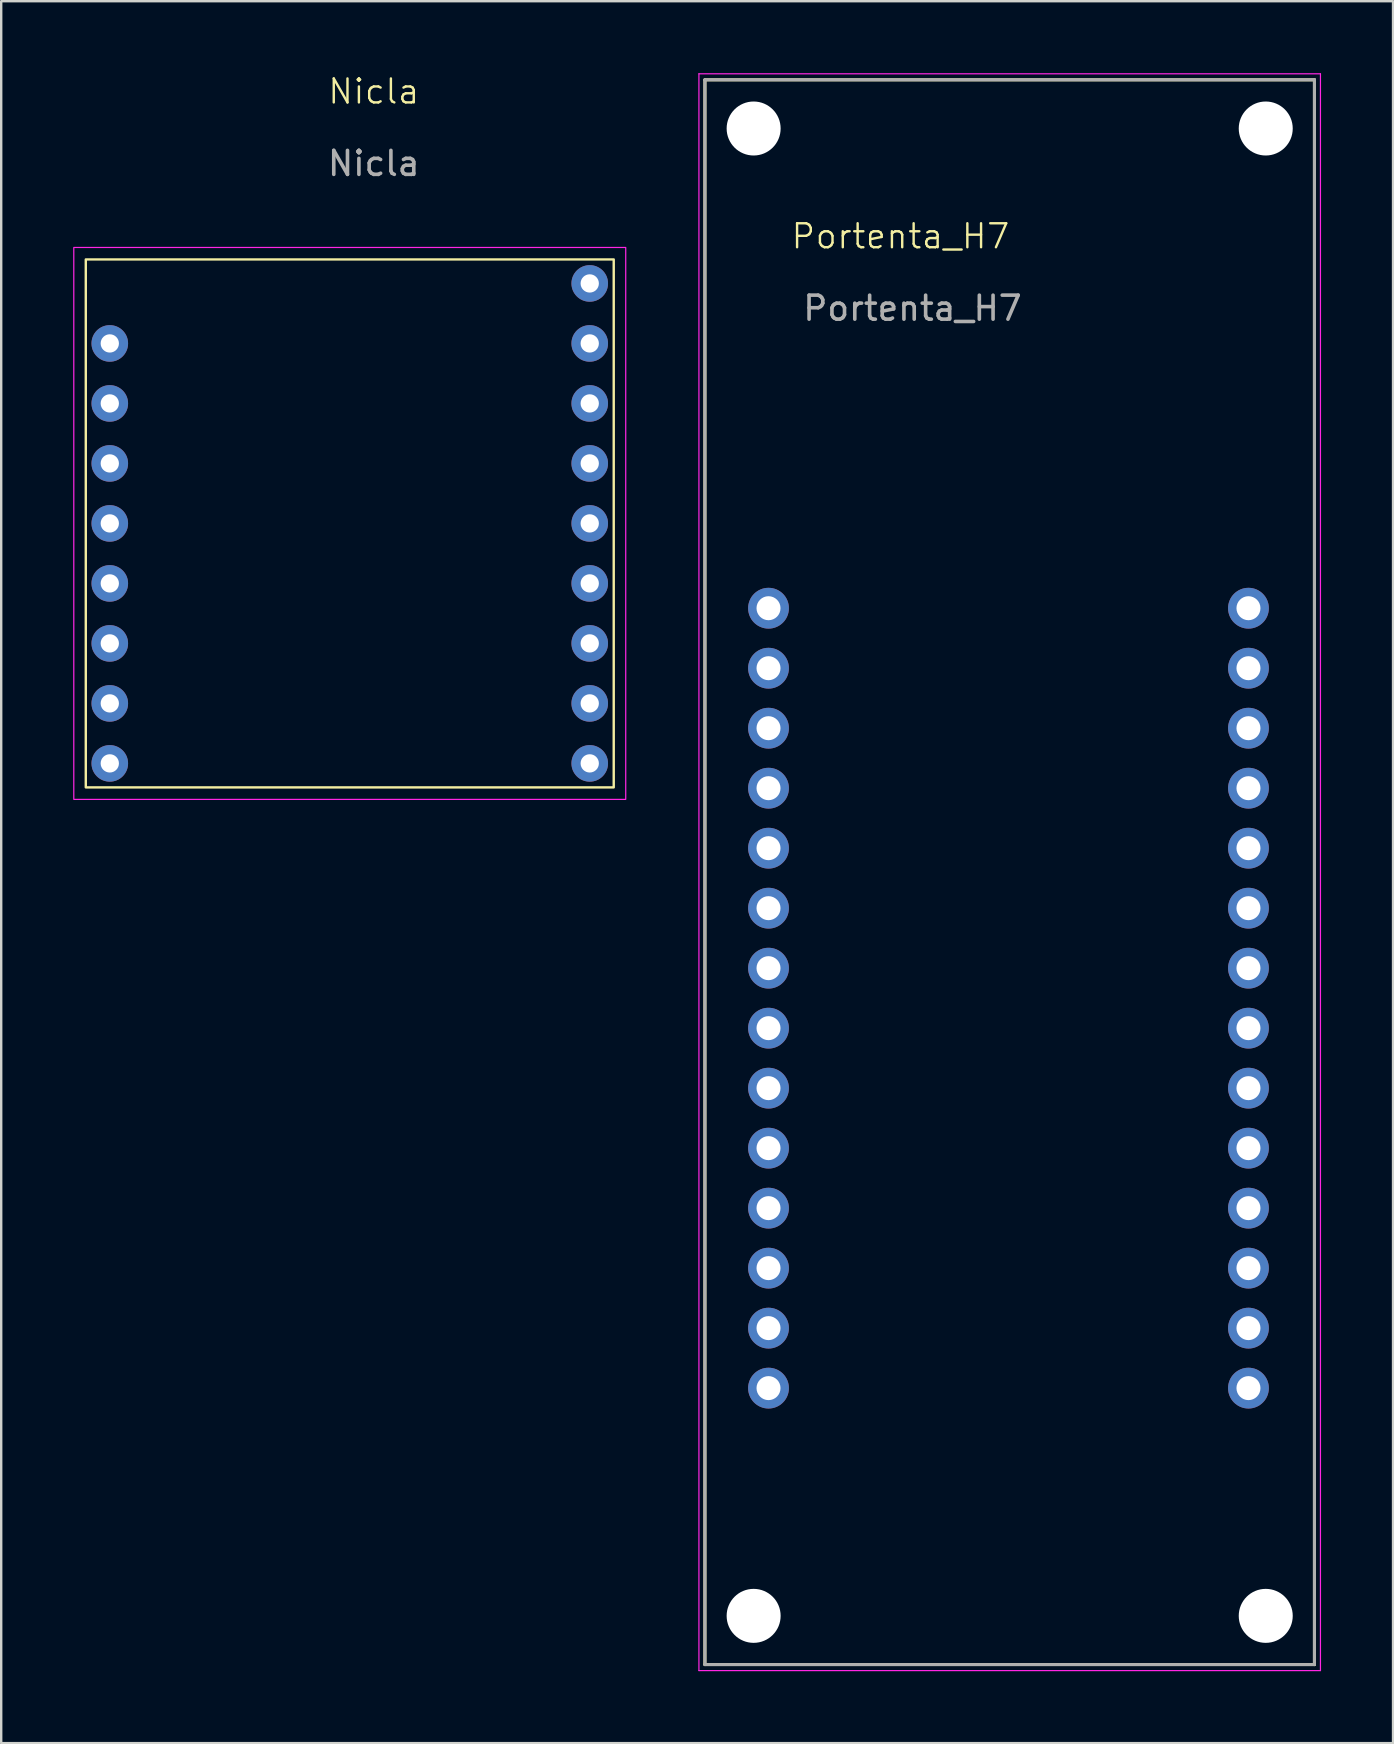
<source format=kicad_pcb>
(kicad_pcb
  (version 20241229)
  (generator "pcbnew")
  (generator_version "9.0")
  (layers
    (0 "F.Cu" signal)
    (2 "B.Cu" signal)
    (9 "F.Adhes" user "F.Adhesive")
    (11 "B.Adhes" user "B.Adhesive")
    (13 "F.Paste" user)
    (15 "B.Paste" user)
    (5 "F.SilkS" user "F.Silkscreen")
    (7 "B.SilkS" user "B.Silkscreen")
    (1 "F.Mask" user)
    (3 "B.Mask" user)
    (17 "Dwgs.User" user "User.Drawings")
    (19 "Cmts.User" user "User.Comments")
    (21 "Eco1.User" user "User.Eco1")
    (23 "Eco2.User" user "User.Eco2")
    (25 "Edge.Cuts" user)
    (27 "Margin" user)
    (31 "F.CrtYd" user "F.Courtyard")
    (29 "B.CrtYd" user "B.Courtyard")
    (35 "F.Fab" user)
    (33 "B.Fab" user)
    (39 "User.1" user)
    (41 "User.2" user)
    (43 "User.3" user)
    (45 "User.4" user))
  (footprint "Nicla"
    (layer "F.Cu")
    (at 1.525 8.761)
    (property "Reference" "Nicla" (at 11 -8 0) (unlocked yes) (layer "F.SilkS") (effects (font (size 1 1) (thickness 0.1))))
    (attr through_hole)
    (fp_rect (start -1 -1) (end 21 21) (stroke (width 0.1) (type default)) (fill no) (layer "F.SilkS"))
    (fp_rect (start -1.5 -1.5) (end 21.5 21.5) (stroke (width 0.05) (type default)) (fill no) (layer "F.CrtYd"))
    (fp_text user "${REFERENCE}" (at 11 -5 0) (unlocked yes) (layer "F.Fab") (effects (font (size 1 1) (thickness 0.15))))
    (pad "1" thru_hole circle (at 20 20 180) (size 1.524 1.524) (drill 0.762) (layers "*.Cu" "*.Mask"))
    (pad "2" thru_hole circle (at 20 17.5 180) (size 1.524 1.524) (drill 0.762) (layers "*.Cu" "*.Mask"))
    (pad "3" thru_hole circle (at 20 15 180) (size 1.524 1.524) (drill 0.762) (layers "*.Cu" "*.Mask"))
    (pad "4" thru_hole circle (at 20 12.5 180) (size 1.524 1.524) (drill 0.762) (layers "*.Cu" "*.Mask"))
    (pad "5" thru_hole circle (at 20 10 180) (size 1.524 1.524) (drill 0.762) (layers "*.Cu" "*.Mask"))
    (pad "6" thru_hole circle (at 20 7.5 180) (size 1.524 1.524) (drill 0.762) (layers "*.Cu" "*.Mask"))
    (pad "7" thru_hole circle (at 20 5 180) (size 1.524 1.524) (drill 0.762) (layers "*.Cu" "*.Mask"))
    (pad "8" thru_hole circle (at 20 2.5 180) (size 1.524 1.524) (drill 0.762) (layers "*.Cu" "*.Mask"))
    (pad "9" thru_hole circle (at 20 0 180) (size 1.524 1.524) (drill 0.762) (layers "*.Cu" "*.Mask"))
    (pad "10" thru_hole circle (at 0 20 180) (size 1.524 1.524) (drill 0.762) (layers "*.Cu" "*.Mask"))
    (pad "11" thru_hole circle (at 0 17.5 180) (size 1.524 1.524) (drill 0.762) (layers "*.Cu" "*.Mask"))
    (pad "12" thru_hole circle (at 0 15 180) (size 1.524 1.524) (drill 0.762) (layers "*.Cu" "*.Mask"))
    (pad "13" thru_hole circle (at 0 12.5 180) (size 1.524 1.524) (drill 0.762) (layers "*.Cu" "*.Mask"))
    (pad "14" thru_hole circle (at 0 10 180) (size 1.524 1.524) (drill 0.762) (layers "*.Cu" "*.Mask"))
    (pad "15" thru_hole circle (at 0 7.5 180) (size 1.524 1.524) (drill 0.762) (layers "*.Cu" "*.Mask"))
    (pad "16" thru_hole circle (at 0 5 180) (size 1.524 1.524) (drill 0.762) (layers "*.Cu" "*.Mask"))
    (pad "17" thru_hole circle (at 0 2.5 180) (size 1.524 1.524) (drill 0.762) (layers "*.Cu" "*.Mask")))
  (footprint "Portenta_H7"
    (layer "F.Cu")
    (at 28.975 22.295)
    (property "Reference" "Portenta_H7" (at 5.5 -15.5 0) (unlocked yes) (layer "F.SilkS") (effects (font (size 1 1) (thickness 0.1))))
    (attr through_hole)
    (fp_line (start -2.65 -22.02) (end -2.65 44.02) (stroke (width 0.127) (type solid)) (layer "F.SilkS"))
    (fp_line (start -2.65 44.02) (end 22.75 44.02) (stroke (width 0.127) (type solid)) (layer "F.SilkS"))
    (fp_line (start 22.75 -22.02) (end -2.65 -22.02) (stroke (width 0.127) (type solid)) (layer "F.SilkS"))
    (fp_line (start 22.75 44.02) (end 22.75 -22.02) (stroke (width 0.127) (type solid)) (layer "F.SilkS"))
    (fp_line (start -2.9 -22.27) (end -2.9 44.27) (stroke (width 0.05) (type solid)) (layer "F.CrtYd"))
    (fp_line (start -2.9 44.27) (end 23 44.27) (stroke (width 0.05) (type solid)) (layer "F.CrtYd"))
    (fp_line (start 23 -22.27) (end -2.9 -22.27) (stroke (width 0.05) (type solid)) (layer "F.CrtYd"))
    (fp_line (start 23 44.27) (end 23 -22.27) (stroke (width 0.05) (type solid)) (layer "F.CrtYd"))
    (fp_line (start -2.65 -22.02) (end -2.65 44.02) (stroke (width 0.127) (type solid)) (layer "F.Fab"))
    (fp_line (start -2.65 44.02) (end 22.75 44.02) (stroke (width 0.127) (type solid)) (layer "F.Fab"))
    (fp_line (start 22.75 -22.02) (end -2.65 -22.02) (stroke (width 0.127) (type solid)) (layer "F.Fab"))
    (fp_line (start 22.75 44.02) (end 22.75 -22.02) (stroke (width 0.127) (type solid)) (layer "F.Fab"))
    (fp_text user "${REFERENCE}" (at 6 -12.5 0) (unlocked yes) (layer "F.Fab") (effects (font (size 1 1) (thickness 0.15))))
    (pad "" np_thru_hole circle (at -0.62 -19.99) (size 2.25 2.25) (drill 2.25) (layers "*.Cu" "*.Mask"))
    (pad "" np_thru_hole circle (at -0.62 41.99) (size 2.25 2.25) (drill 2.25) (layers "*.Cu" "*.Mask"))
    (pad "" np_thru_hole circle (at 20.72 -19.99) (size 2.25 2.25) (drill 2.25) (layers "*.Cu" "*.Mask"))
    (pad "" np_thru_hole circle (at 20.72 41.99) (size 2.25 2.25) (drill 2.25) (layers "*.Cu" "*.Mask"))
    (pad "1" thru_hole oval (at 0 0) (size 1.7 1.7) (drill 1) (layers "*.Cu" "*.Mask"))
    (pad "2" thru_hole oval (at 0 2.5) (size 1.7 1.7) (drill 1) (layers "*.Cu" "*.Mask"))
    (pad "3" thru_hole oval (at 0 5) (size 1.7 1.7) (drill 1) (layers "*.Cu" "*.Mask"))
    (pad "4" thru_hole oval (at 0 7.5) (size 1.7 1.7) (drill 1) (layers "*.Cu" "*.Mask"))
    (pad "5" thru_hole oval (at 0 10) (size 1.7 1.7) (drill 1) (layers "*.Cu" "*.Mask"))
    (pad "6" thru_hole oval (at 0 12.5) (size 1.7 1.7) (drill 1) (layers "*.Cu" "*.Mask"))
    (pad "7" thru_hole oval (at 0 15) (size 1.7 1.7) (drill 1) (layers "*.Cu" "*.Mask"))
    (pad "8" thru_hole oval (at 0 17.5) (size 1.7 1.7) (drill 1) (layers "*.Cu" "*.Mask"))
    (pad "9" thru_hole oval (at 0 20) (size 1.7 1.7) (drill 1) (layers "*.Cu" "*.Mask"))
    (pad "10" thru_hole oval (at 0 22.5) (size 1.7 1.7) (drill 1) (layers "*.Cu" "*.Mask"))
    (pad "11" thru_hole oval (at 0 25) (size 1.7 1.7) (drill 1) (layers "*.Cu" "*.Mask"))
    (pad "12" thru_hole oval (at 0 27.5) (size 1.7 1.7) (drill 1) (layers "*.Cu" "*.Mask"))
    (pad "13" thru_hole oval (at 0 30) (size 1.7 1.7) (drill 1) (layers "*.Cu" "*.Mask"))
    (pad "14" thru_hole oval (at 0 32.5) (size 1.7 1.7) (drill 1) (layers "*.Cu" "*.Mask"))
    (pad "15" thru_hole oval (at 20 0) (size 1.7 1.7) (drill 1) (layers "*.Cu" "*.Mask"))
    (pad "16" thru_hole oval (at 20 2.5) (size 1.7 1.7) (drill 1) (layers "*.Cu" "*.Mask"))
    (pad "17" thru_hole oval (at 20 5) (size 1.7 1.7) (drill 1) (layers "*.Cu" "*.Mask"))
    (pad "18" thru_hole oval (at 20 7.5) (size 1.7 1.7) (drill 1) (layers "*.Cu" "*.Mask"))
    (pad "19" thru_hole oval (at 20 10) (size 1.7 1.7) (drill 1) (layers "*.Cu" "*.Mask"))
    (pad "20" thru_hole oval (at 20 12.5) (size 1.7 1.7) (drill 1) (layers "*.Cu" "*.Mask"))
    (pad "21" thru_hole oval (at 20 15) (size 1.7 1.7) (drill 1) (layers "*.Cu" "*.Mask"))
    (pad "22" thru_hole oval (at 20 17.5) (size 1.7 1.7) (drill 1) (layers "*.Cu" "*.Mask"))
    (pad "23" thru_hole oval (at 20 20) (size 1.7 1.7) (drill 1) (layers "*.Cu" "*.Mask"))
    (pad "24" thru_hole oval (at 20 22.5) (size 1.7 1.7) (drill 1) (layers "*.Cu" "*.Mask"))
    (pad "25" thru_hole oval (at 20 25) (size 1.7 1.7) (drill 1) (layers "*.Cu" "*.Mask"))
    (pad "26" thru_hole oval (at 20 27.5) (size 1.7 1.7) (drill 1) (layers "*.Cu" "*.Mask"))
    (pad "27" thru_hole oval (at 20 30) (size 1.7 1.7) (drill 1) (layers "*.Cu" "*.Mask"))
    (pad "28" thru_hole oval (at 20 32.5) (size 1.7 1.7) (drill 1) (layers "*.Cu" "*.Mask")))
  (gr_rect
    (start -3 -3)
    (end 55 69.59)
    (stroke (width 0.1) (type default))
    (fill no)
    (layer "Edge.Cuts")))
</source>
